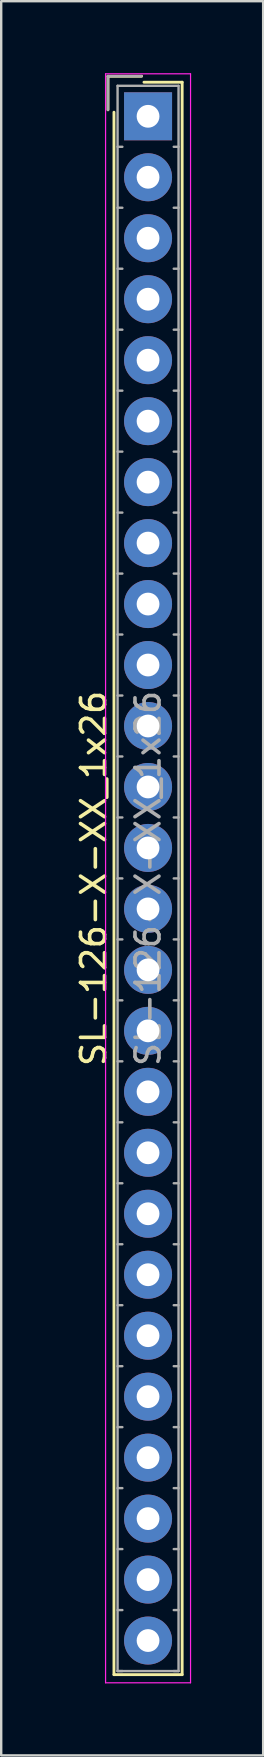
<source format=kicad_pcb>
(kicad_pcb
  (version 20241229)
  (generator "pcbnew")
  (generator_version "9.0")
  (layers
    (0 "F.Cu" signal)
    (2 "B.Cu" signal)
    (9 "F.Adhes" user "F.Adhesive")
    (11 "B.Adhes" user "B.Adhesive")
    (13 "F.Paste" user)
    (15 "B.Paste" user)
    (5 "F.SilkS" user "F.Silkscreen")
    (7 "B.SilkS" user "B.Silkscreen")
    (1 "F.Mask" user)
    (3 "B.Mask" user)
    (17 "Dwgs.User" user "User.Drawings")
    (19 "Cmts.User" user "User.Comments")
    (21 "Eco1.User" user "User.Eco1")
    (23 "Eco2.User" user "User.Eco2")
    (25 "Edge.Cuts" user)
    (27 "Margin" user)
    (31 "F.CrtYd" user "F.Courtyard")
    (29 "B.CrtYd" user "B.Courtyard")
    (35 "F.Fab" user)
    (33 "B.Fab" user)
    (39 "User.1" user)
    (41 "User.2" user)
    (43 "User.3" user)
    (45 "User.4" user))
  (footprint "SL-126-X-XX_1x26"
    (layer "F.Cu")
    (at 3.118 1.795)
    (property "Reference" "SL-126-X-XX_1x26" (at -2.27 31.75 90) (layer "F.SilkS") (effects (font (size 1 1) (thickness 0.15))))
    (attr through_hole)
    (fp_line (start -1.67 -1.67) (end -1.67 -0.27) (stroke (width 0.12) (type solid)) (layer "F.SilkS"))
    (fp_line (start -1.42 64.92) (end -1.42 -0.17) (stroke (width 0.12) (type solid)) (layer "F.SilkS"))
    (fp_line (start -0.27 -1.67) (end -1.67 -1.67) (stroke (width 0.12) (type solid)) (layer "F.SilkS"))
    (fp_line (start -0.17 -1.42) (end 1.42 -1.42) (stroke (width 0.12) (type solid)) (layer "F.SilkS"))
    (fp_line (start 1.42 -1.42) (end 1.42 64.92) (stroke (width 0.12) (type solid)) (layer "F.SilkS"))
    (fp_line (start 1.42 64.92) (end -1.42 64.92) (stroke (width 0.12) (type solid)) (layer "F.SilkS"))
    (fp_line (start -1.77 -1.77) (end -1.77 65.26) (stroke (width 0.05) (type solid)) (layer "F.CrtYd"))
    (fp_line (start -1.77 65.26) (end 1.77 65.26) (stroke (width 0.05) (type solid)) (layer "F.CrtYd"))
    (fp_line (start 1.77 -1.77) (end -1.77 -1.77) (stroke (width 0.05) (type solid)) (layer "F.CrtYd"))
    (fp_line (start 1.77 65.26) (end 1.77 -1.77) (stroke (width 0.05) (type solid)) (layer "F.CrtYd"))
    (fp_line (start -1.67 -1.67) (end -1.67 -0.27) (stroke (width 0.1) (type solid)) (layer "F.Fab"))
    (fp_line (start -1.27 -1.27) (end -1.27 64.77) (stroke (width 0.1) (type solid)) (layer "F.Fab"))
    (fp_line (start -1.27 1.27) (end -1.07 1.27) (stroke (width 0.1) (type solid)) (layer "F.Fab"))
    (fp_line (start -1.27 3.81) (end -1.07 3.81) (stroke (width 0.1) (type solid)) (layer "F.Fab"))
    (fp_line (start -1.27 6.35) (end -1.07 6.35) (stroke (width 0.1) (type solid)) (layer "F.Fab"))
    (fp_line (start -1.27 8.89) (end -1.07 8.89) (stroke (width 0.1) (type solid)) (layer "F.Fab"))
    (fp_line (start -1.27 11.43) (end -1.07 11.43) (stroke (width 0.1) (type solid)) (layer "F.Fab"))
    (fp_line (start -1.27 13.97) (end -1.07 13.97) (stroke (width 0.1) (type solid)) (layer "F.Fab"))
    (fp_line (start -1.27 16.51) (end -1.07 16.51) (stroke (width 0.1) (type solid)) (layer "F.Fab"))
    (fp_line (start -1.27 19.05) (end -1.07 19.05) (stroke (width 0.1) (type solid)) (layer "F.Fab"))
    (fp_line (start -1.27 21.59) (end -1.07 21.59) (stroke (width 0.1) (type solid)) (layer "F.Fab"))
    (fp_line (start -1.27 24.13) (end -1.07 24.13) (stroke (width 0.1) (type solid)) (layer "F.Fab"))
    (fp_line (start -1.27 26.67) (end -1.07 26.67) (stroke (width 0.1) (type solid)) (layer "F.Fab"))
    (fp_line (start -1.27 29.21) (end -1.07 29.21) (stroke (width 0.1) (type solid)) (layer "F.Fab"))
    (fp_line (start -1.27 31.75) (end -1.07 31.75) (stroke (width 0.1) (type solid)) (layer "F.Fab"))
    (fp_line (start -1.27 34.29) (end -1.07 34.29) (stroke (width 0.1) (type solid)) (layer "F.Fab"))
    (fp_line (start -1.27 36.83) (end -1.07 36.83) (stroke (width 0.1) (type solid)) (layer "F.Fab"))
    (fp_line (start -1.27 39.37) (end -1.07 39.37) (stroke (width 0.1) (type solid)) (layer "F.Fab"))
    (fp_line (start -1.27 41.91) (end -1.07 41.91) (stroke (width 0.1) (type solid)) (layer "F.Fab"))
    (fp_line (start -1.27 44.45) (end -1.07 44.45) (stroke (width 0.1) (type solid)) (layer "F.Fab"))
    (fp_line (start -1.27 46.99) (end -1.07 46.99) (stroke (width 0.1) (type solid)) (layer "F.Fab"))
    (fp_line (start -1.27 49.53) (end -1.07 49.53) (stroke (width 0.1) (type solid)) (layer "F.Fab"))
    (fp_line (start -1.27 52.07) (end -1.07 52.07) (stroke (width 0.1) (type solid)) (layer "F.Fab"))
    (fp_line (start -1.27 54.61) (end -1.07 54.61) (stroke (width 0.1) (type solid)) (layer "F.Fab"))
    (fp_line (start -1.27 57.15) (end -1.07 57.15) (stroke (width 0.1) (type solid)) (layer "F.Fab"))
    (fp_line (start -1.27 59.69) (end -1.07 59.69) (stroke (width 0.1) (type solid)) (layer "F.Fab"))
    (fp_line (start -1.27 62.23) (end -1.07 62.23) (stroke (width 0.1) (type solid)) (layer "F.Fab"))
    (fp_line (start -1.27 64.77) (end -1.07 64.77) (stroke (width 0.1) (type solid)) (layer "F.Fab"))
    (fp_line (start -1.27 64.77) (end 1.27 64.77) (stroke (width 0.1) (type solid)) (layer "F.Fab"))
    (fp_line (start -0.27 -1.67) (end -1.67 -1.67) (stroke (width 0.1) (type solid)) (layer "F.Fab"))
    (fp_line (start 1.27 -1.27) (end -1.27 -1.27) (stroke (width 0.1) (type solid)) (layer "F.Fab"))
    (fp_line (start 1.27 1.27) (end 1.07 1.27) (stroke (width 0.1) (type solid)) (layer "F.Fab"))
    (fp_line (start 1.27 3.81) (end 1.07 3.81) (stroke (width 0.1) (type solid)) (layer "F.Fab"))
    (fp_line (start 1.27 6.35) (end 1.07 6.35) (stroke (width 0.1) (type solid)) (layer "F.Fab"))
    (fp_line (start 1.27 8.89) (end 1.07 8.89) (stroke (width 0.1) (type solid)) (layer "F.Fab"))
    (fp_line (start 1.27 11.43) (end 1.07 11.43) (stroke (width 0.1) (type solid)) (layer "F.Fab"))
    (fp_line (start 1.27 13.97) (end 1.07 13.97) (stroke (width 0.1) (type solid)) (layer "F.Fab"))
    (fp_line (start 1.27 16.51) (end 1.07 16.51) (stroke (width 0.1) (type solid)) (layer "F.Fab"))
    (fp_line (start 1.27 19.05) (end 1.07 19.05) (stroke (width 0.1) (type solid)) (layer "F.Fab"))
    (fp_line (start 1.27 21.59) (end 1.07 21.59) (stroke (width 0.1) (type solid)) (layer "F.Fab"))
    (fp_line (start 1.27 24.13) (end 1.07 24.13) (stroke (width 0.1) (type solid)) (layer "F.Fab"))
    (fp_line (start 1.27 26.67) (end 1.07 26.67) (stroke (width 0.1) (type solid)) (layer "F.Fab"))
    (fp_line (start 1.27 29.21) (end 1.07 29.21) (stroke (width 0.1) (type solid)) (layer "F.Fab"))
    (fp_line (start 1.27 31.75) (end 1.07 31.75) (stroke (width 0.1) (type solid)) (layer "F.Fab"))
    (fp_line (start 1.27 34.29) (end 1.07 34.29) (stroke (width 0.1) (type solid)) (layer "F.Fab"))
    (fp_line (start 1.27 36.83) (end 1.07 36.83) (stroke (width 0.1) (type solid)) (layer "F.Fab"))
    (fp_line (start 1.27 39.37) (end 1.07 39.37) (stroke (width 0.1) (type solid)) (layer "F.Fab"))
    (fp_line (start 1.27 41.91) (end 1.07 41.91) (stroke (width 0.1) (type solid)) (layer "F.Fab"))
    (fp_line (start 1.27 44.45) (end 1.07 44.45) (stroke (width 0.1) (type solid)) (layer "F.Fab"))
    (fp_line (start 1.27 46.99) (end 1.07 46.99) (stroke (width 0.1) (type solid)) (layer "F.Fab"))
    (fp_line (start 1.27 49.53) (end 1.07 49.53) (stroke (width 0.1) (type solid)) (layer "F.Fab"))
    (fp_line (start 1.27 52.07) (end 1.07 52.07) (stroke (width 0.1) (type solid)) (layer "F.Fab"))
    (fp_line (start 1.27 54.61) (end 1.07 54.61) (stroke (width 0.1) (type solid)) (layer "F.Fab"))
    (fp_line (start 1.27 57.15) (end 1.07 57.15) (stroke (width 0.1) (type solid)) (layer "F.Fab"))
    (fp_line (start 1.27 59.69) (end 1.07 59.69) (stroke (width 0.1) (type solid)) (layer "F.Fab"))
    (fp_line (start 1.27 62.23) (end 1.07 62.23) (stroke (width 0.1) (type solid)) (layer "F.Fab"))
    (fp_line (start 1.27 64.77) (end 1.07 64.77) (stroke (width 0.1) (type solid)) (layer "F.Fab"))
    (fp_line (start 1.27 64.77) (end 1.27 -1.27) (stroke (width 0.1) (type solid)) (layer "F.Fab"))
    (fp_text user "${REFERENCE}" (at 0 31.75 90) (layer "F.Fab") (effects (font (size 1 1) (thickness 0.15))))
    (pad "1" thru_hole rect (at 0 0) (size 2 2) (drill 0.95) (layers "*.Cu" "*.Mask"))
    (pad "2" thru_hole circle (at 0 2.54) (size 2 2) (drill 0.95) (layers "*.Cu" "*.Mask"))
    (pad "3" thru_hole circle (at 0 5.08) (size 2 2) (drill 0.95) (layers "*.Cu" "*.Mask"))
    (pad "4" thru_hole circle (at 0 7.62) (size 2 2) (drill 0.95) (layers "*.Cu" "*.Mask"))
    (pad "5" thru_hole circle (at 0 10.16) (size 2 2) (drill 0.95) (layers "*.Cu" "*.Mask"))
    (pad "6" thru_hole circle (at 0 12.7) (size 2 2) (drill 0.95) (layers "*.Cu" "*.Mask"))
    (pad "7" thru_hole circle (at 0 15.24) (size 2 2) (drill 0.95) (layers "*.Cu" "*.Mask"))
    (pad "8" thru_hole circle (at 0 17.78) (size 2 2) (drill 0.95) (layers "*.Cu" "*.Mask"))
    (pad "9" thru_hole circle (at 0 20.32) (size 2 2) (drill 0.95) (layers "*.Cu" "*.Mask"))
    (pad "10" thru_hole circle (at 0 22.86) (size 2 2) (drill 0.95) (layers "*.Cu" "*.Mask"))
    (pad "11" thru_hole circle (at 0 25.4) (size 2 2) (drill 0.95) (layers "*.Cu" "*.Mask"))
    (pad "12" thru_hole circle (at 0 27.94) (size 2 2) (drill 0.95) (layers "*.Cu" "*.Mask"))
    (pad "13" thru_hole circle (at 0 30.48) (size 2 2) (drill 0.95) (layers "*.Cu" "*.Mask"))
    (pad "14" thru_hole circle (at 0 33.02) (size 2 2) (drill 0.95) (layers "*.Cu" "*.Mask"))
    (pad "15" thru_hole circle (at 0 35.56) (size 2 2) (drill 0.95) (layers "*.Cu" "*.Mask"))
    (pad "16" thru_hole circle (at 0 38.1) (size 2 2) (drill 0.95) (layers "*.Cu" "*.Mask"))
    (pad "17" thru_hole circle (at 0 40.64) (size 2 2) (drill 0.95) (layers "*.Cu" "*.Mask"))
    (pad "18" thru_hole circle (at 0 43.18) (size 2 2) (drill 0.95) (layers "*.Cu" "*.Mask"))
    (pad "19" thru_hole circle (at 0 45.72) (size 2 2) (drill 0.95) (layers "*.Cu" "*.Mask"))
    (pad "20" thru_hole circle (at 0 48.26) (size 2 2) (drill 0.95) (layers "*.Cu" "*.Mask"))
    (pad "21" thru_hole circle (at 0 50.8) (size 2 2) (drill 0.95) (layers "*.Cu" "*.Mask"))
    (pad "22" thru_hole circle (at 0 53.34) (size 2 2) (drill 0.95) (layers "*.Cu" "*.Mask"))
    (pad "23" thru_hole circle (at 0 55.88) (size 2 2) (drill 0.95) (layers "*.Cu" "*.Mask"))
    (pad "24" thru_hole circle (at 0 58.42) (size 2 2) (drill 0.95) (layers "*.Cu" "*.Mask"))
    (pad "25" thru_hole circle (at 0 60.96) (size 2 2) (drill 0.95) (layers "*.Cu" "*.Mask"))
    (pad "26" thru_hole circle (at 0 63.5) (size 2 2) (drill 0.95) (layers "*.Cu" "*.Mask")))
  (gr_rect
    (start -3 -3)
    (end 7.913 70.08)
    (stroke (width 0.1) (type default))
    (fill no)
    (layer "Edge.Cuts")))
</source>
